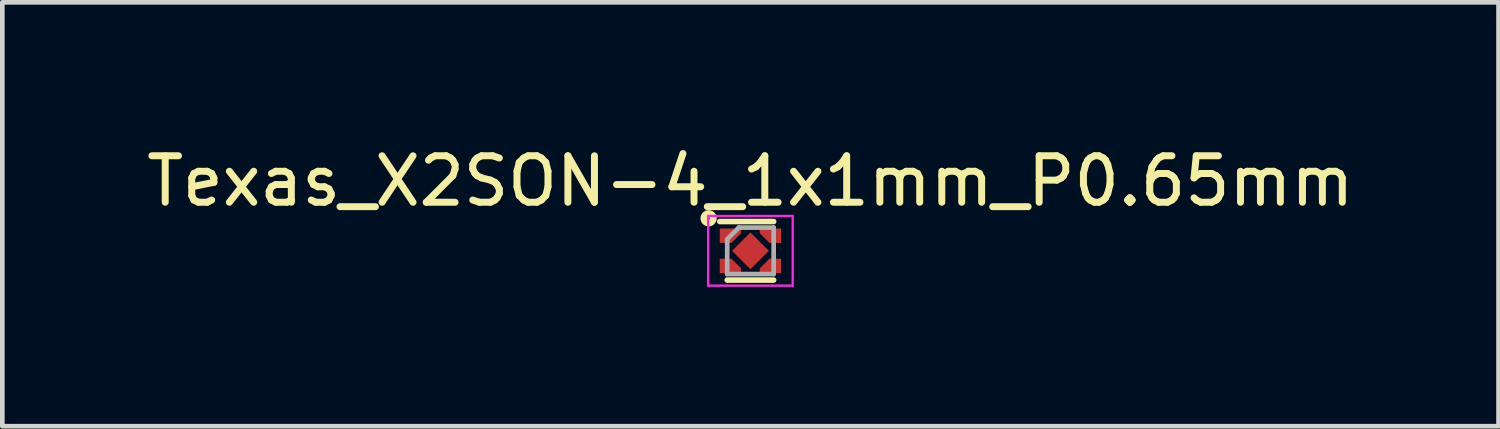
<source format=kicad_pcb>
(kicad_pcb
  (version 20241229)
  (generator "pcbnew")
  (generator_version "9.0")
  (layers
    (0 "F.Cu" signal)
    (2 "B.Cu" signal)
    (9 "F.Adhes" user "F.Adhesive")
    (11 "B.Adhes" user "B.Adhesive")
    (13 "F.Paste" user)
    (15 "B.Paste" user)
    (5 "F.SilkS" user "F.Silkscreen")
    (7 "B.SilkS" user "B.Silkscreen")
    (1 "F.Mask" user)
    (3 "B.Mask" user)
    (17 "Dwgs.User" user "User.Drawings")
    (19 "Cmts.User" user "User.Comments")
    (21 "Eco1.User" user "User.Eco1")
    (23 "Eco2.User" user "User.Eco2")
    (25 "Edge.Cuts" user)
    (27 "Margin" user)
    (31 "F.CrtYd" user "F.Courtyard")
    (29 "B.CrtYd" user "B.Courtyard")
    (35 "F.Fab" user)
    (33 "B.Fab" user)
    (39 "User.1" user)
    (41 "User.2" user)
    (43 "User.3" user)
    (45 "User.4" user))
  (footprint "Texas_X2SON-4_1x1mm_P0.65mm"
    (layer "F.Cu")
    (at 13.101 2.348)
    (property "Reference" "Texas_X2SON-4_1x1mm_P0.65mm" (at 0 -1.5 180) (layer "F.SilkS") (effects (font (size 1 1) (thickness 0.15))))
    (attr smd)
    (fp_line (start -0.66 -0.63) (end 0.5 -0.63) (stroke (width 0.12) (type solid)) (layer "F.SilkS"))
    (fp_line (start -0.5 0.63) (end 0.5 0.63) (stroke (width 0.12) (type solid)) (layer "F.SilkS"))
    (fp_circle (center -0.9 -0.7) (end -0.8 -0.7) (stroke (width 0.15) (type solid)) (fill no) (layer "F.SilkS"))
    (fp_line (start -0.91 -0.75) (end 0.91 -0.75) (stroke (width 0.05) (type solid)) (layer "F.CrtYd"))
    (fp_line (start -0.91 0.75) (end -0.91 -0.75) (stroke (width 0.05) (type solid)) (layer "F.CrtYd"))
    (fp_line (start 0.91 -0.75) (end 0.91 0.75) (stroke (width 0.05) (type solid)) (layer "F.CrtYd"))
    (fp_line (start 0.91 0.75) (end -0.91 0.75) (stroke (width 0.05) (type solid)) (layer "F.CrtYd"))
    (fp_line (start -0.5 -0.25) (end -0.25 -0.5) (stroke (width 0.1) (type solid)) (layer "F.Fab"))
    (fp_line (start -0.5 0.5) (end -0.5 -0.25) (stroke (width 0.1) (type solid)) (layer "F.Fab"))
    (fp_line (start -0.25 -0.5) (end 0.5 -0.5) (stroke (width 0.1) (type solid)) (layer "F.Fab"))
    (fp_line (start 0.5 -0.5) (end 0.5 0.5) (stroke (width 0.1) (type solid)) (layer "F.Fab"))
    (fp_line (start 0.5 0.5) (end -0.5 0.5) (stroke (width 0.1) (type solid)) (layer "F.Fab"))
    (pad "" smd custom (at -0.43 -0.325) (size 0.148 0.148) (layers "F.Mask") (options (anchor circle)) (primitives (gr_poly (pts (xy 0.18 -0.105) (xy 0.18 -0.075) (xy 0 0.105) (xy 0.18 -0.075) (xy 0 0.105) (xy -0.18 0.105) (xy -0.18 -0.105)) (width 0) (fill yes))))
    (pad "" smd custom (at -0.43 -0.325) (size 0.148 0.148) (layers "F.Paste") (options (anchor circle)) (primitives (gr_poly (pts (xy 0 0.105) (xy 0.18 -0.075) (xy 0.18 -0.105) (xy -0.22 -0.105) (xy -0.22 0.105)) (width 0) (fill yes))))
    (pad "" smd custom (at -0.43 0.325) (size 0.148 0.148) (layers "F.Mask") (options (anchor circle)) (primitives (gr_poly (pts (xy 0.18 0.105) (xy 0.18 0.075) (xy 0 -0.105) (xy 0.18 0.075) (xy 0 -0.105) (xy -0.18 -0.105) (xy -0.18 0.105)) (width 0) (fill yes))))
    (pad "" smd custom (at -0.43 0.325) (size 0.148 0.148) (layers "F.Paste") (options (anchor circle)) (primitives (gr_poly (pts (xy 0.18 0.075) (xy 0.18 0.105) (xy -0.22 0.105) (xy -0.22 -0.105) (xy 0 -0.105)) (width 0) (fill yes))))
    (pad "" smd custom (at 0.43 -0.325) (size 0.148 0.148) (layers "F.Mask") (options (anchor circle)) (primitives (gr_poly (pts (xy -0.18 -0.105) (xy -0.18 -0.075) (xy 0 0.105) (xy -0.18 -0.075) (xy 0 0.105) (xy 0.18 0.105) (xy 0.18 -0.105)) (width 0) (fill yes))))
    (pad "" smd custom (at 0.43 -0.325) (size 0.148 0.148) (layers "F.Paste") (options (anchor circle)) (primitives (gr_poly (pts (xy 0.22 -0.105) (xy 0.22 0.105) (xy 0 0.105) (xy -0.18 -0.075) (xy -0.18 -0.105)) (width 0) (fill yes))))
    (pad "" smd custom (at 0.43 0.325) (size 0.148 0.148) (layers "F.Mask") (options (anchor circle)) (primitives (gr_poly (pts (xy -0.18 0.105) (xy -0.18 0.075) (xy 0 -0.105) (xy -0.18 0.075) (xy 0 -0.105) (xy 0.18 -0.105) (xy 0.18 0.105)) (width 0) (fill yes))))
    (pad "" smd custom (at 0.43 0.325) (size 0.148 0.148) (layers "F.Paste") (options (anchor circle)) (primitives (gr_poly (pts (xy 0 -0.105) (xy -0.18 0.075) (xy -0.18 0.105) (xy 0.22 0.105) (xy 0.22 -0.105)) (width 0) (fill yes))))
    (pad "1" smd custom (at -0.43 -0.325) (size 0.148 0.148) (layers "F.Cu") (options (anchor circle)) (primitives (gr_poly (pts (xy 0.23 -0.155) (xy -0.23 -0.155) (xy -0.23 0.155) (xy 0.021 0.155) (xy 0.23 -0.054)) (width 0) (fill yes))))
    (pad "2" smd custom (at -0.43 0.325) (size 0.148 0.148) (layers "F.Cu") (options (anchor circle)) (primitives (gr_poly (pts (xy 0.23 0.054) (xy 0.23 0.155) (xy -0.23 0.155) (xy -0.23 -0.155) (xy 0.021 -0.155)) (width 0) (fill yes))))
    (pad "2" smd rect (at 0 0 45) (size 0.56 0.56) (layers "F.Cu" "F.Mask" "F.Paste"))
    (pad "3" smd custom (at 0.43 0.325) (size 0.148 0.148) (layers "F.Cu") (options (anchor circle)) (primitives (gr_poly (pts (xy 0.23 0.155) (xy 0.23 -0.155) (xy -0.021 -0.155) (xy -0.23 0.054) (xy -0.23 0.155)) (width 0) (fill yes))))
    (pad "4" smd custom (at 0.43 -0.325) (size 0.148 0.148) (layers "F.Cu") (options (anchor circle)) (primitives (gr_poly (pts (xy -0.23 -0.155) (xy 0.23 -0.155) (xy 0.23 0.155) (xy -0.021 0.155) (xy -0.23 -0.054)) (width 0) (fill yes)))))
  (gr_rect
    (start -3 -3)
    (end 29.202 6.123)
    (stroke (width 0.1) (type default))
    (fill no)
    (layer "Edge.Cuts")))
</source>
